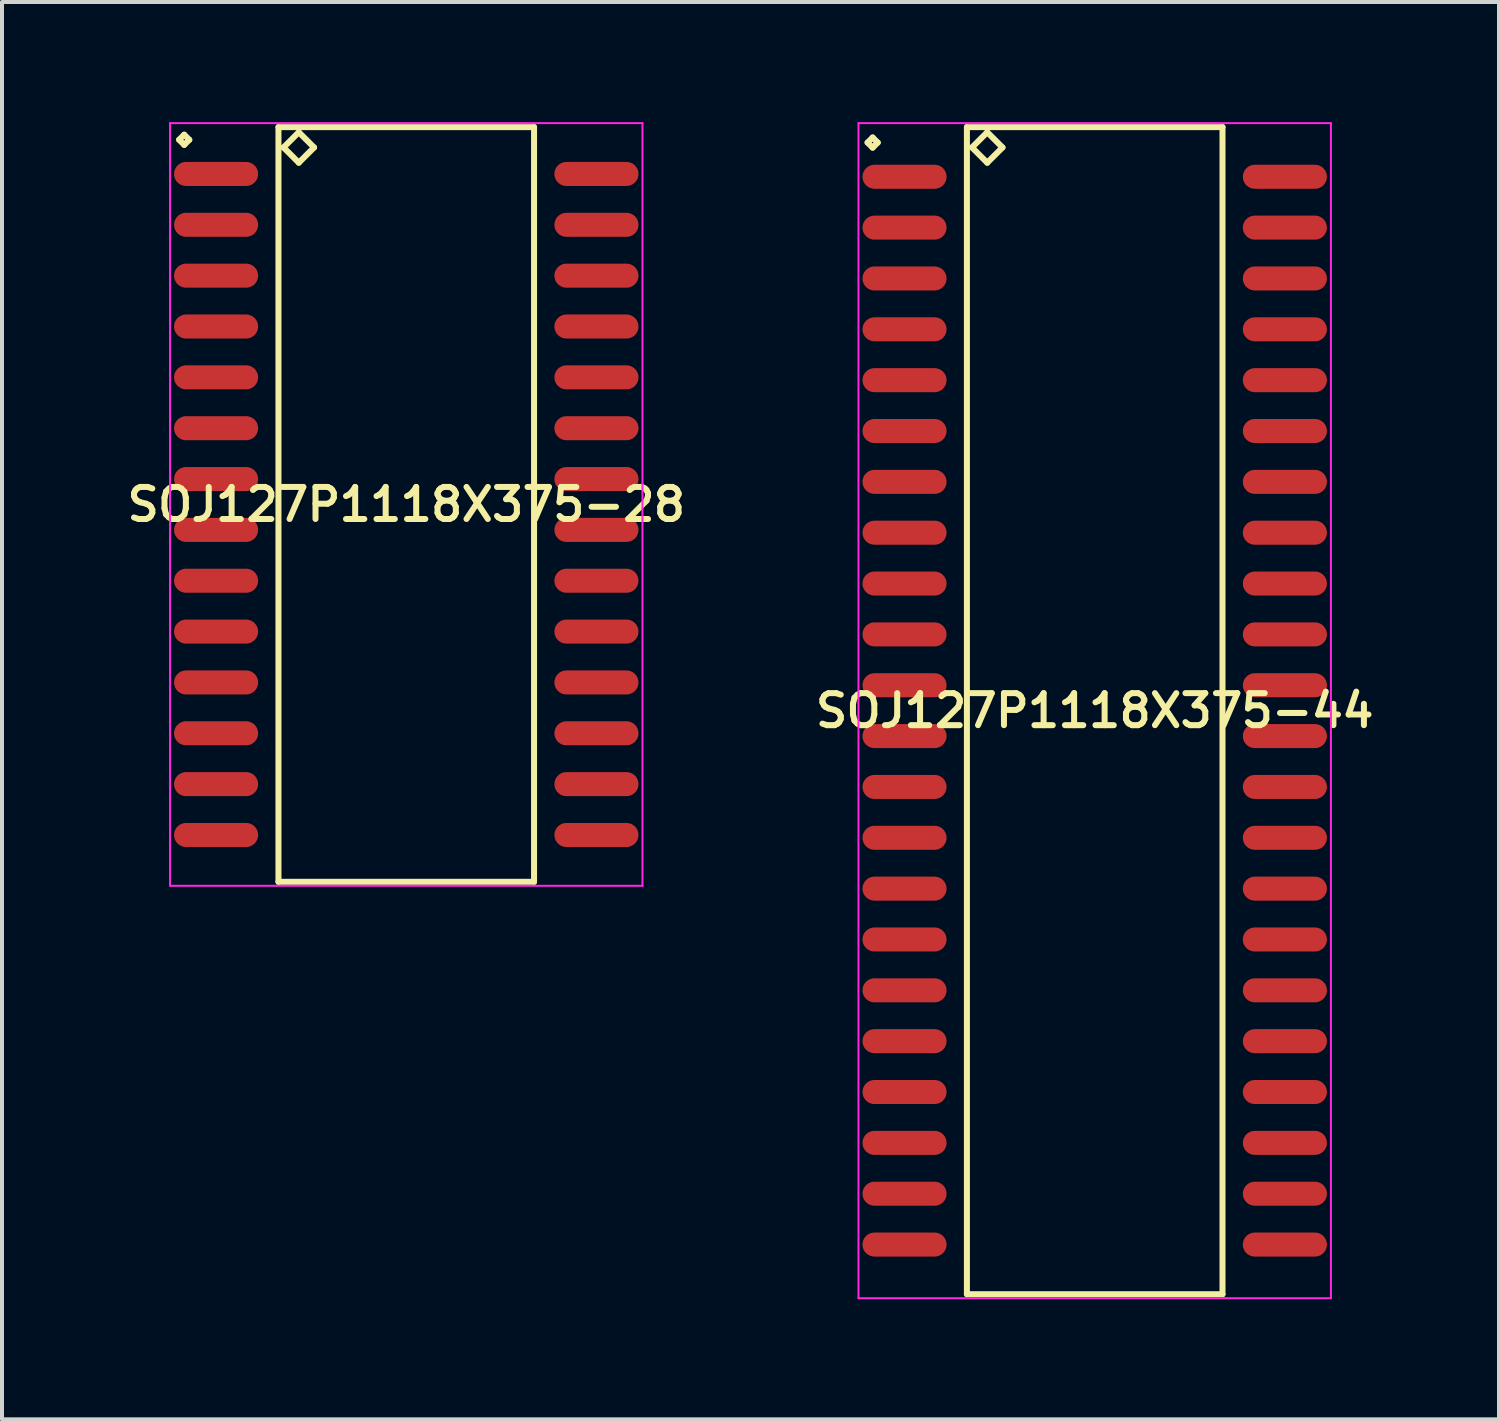
<source format=kicad_pcb>
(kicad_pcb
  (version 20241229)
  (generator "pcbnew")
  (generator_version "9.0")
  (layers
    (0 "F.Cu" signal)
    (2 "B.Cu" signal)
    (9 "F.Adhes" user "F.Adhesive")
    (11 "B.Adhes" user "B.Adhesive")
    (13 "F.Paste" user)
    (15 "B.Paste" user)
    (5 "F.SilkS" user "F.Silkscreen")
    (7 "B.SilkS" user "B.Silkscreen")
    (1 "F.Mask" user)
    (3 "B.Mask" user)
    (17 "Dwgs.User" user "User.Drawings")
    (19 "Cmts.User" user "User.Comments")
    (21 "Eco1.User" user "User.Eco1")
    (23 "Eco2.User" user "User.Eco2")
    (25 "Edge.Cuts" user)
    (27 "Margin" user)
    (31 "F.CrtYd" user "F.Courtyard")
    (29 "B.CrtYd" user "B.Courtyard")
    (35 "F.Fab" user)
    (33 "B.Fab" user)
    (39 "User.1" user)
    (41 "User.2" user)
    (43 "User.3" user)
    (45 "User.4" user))
  (footprint "SOJ127P1118X375-44"
    (layer "F.Cu")
    (at 24.292 14.7)
    (property "Reference" "SOJ127P1118X375-44" (at 0 0 0) (layer "F.SilkS") (effects (font (size 0.8 0.8) (thickness 0.15))))
    (attr smd)
    (fp_line (start -5.673 -14.189) (end -5.546 -14.316) (stroke (width 0.15) (type solid)) (layer "F.SilkS"))
    (fp_line (start -5.546 -14.316) (end -5.419 -14.189) (stroke (width 0.15) (type solid)) (layer "F.SilkS"))
    (fp_line (start -5.546 -14.062) (end -5.673 -14.189) (stroke (width 0.15) (type solid)) (layer "F.SilkS"))
    (fp_line (start -5.419 -14.189) (end -5.546 -14.062) (stroke (width 0.15) (type solid)) (layer "F.SilkS"))
    (fp_line (start -3.192 -14.575) (end -3.192 14.575) (stroke (width 0.15) (type solid)) (layer "F.SilkS"))
    (fp_line (start -3.192 14.575) (end 3.192 14.575) (stroke (width 0.15) (type solid)) (layer "F.SilkS"))
    (fp_line (start -3.065 -14.067) (end -2.684 -14.448) (stroke (width 0.15) (type solid)) (layer "F.SilkS"))
    (fp_line (start -2.684 -14.448) (end -2.303 -14.067) (stroke (width 0.15) (type solid)) (layer "F.SilkS"))
    (fp_line (start -2.684 -13.686) (end -3.065 -14.067) (stroke (width 0.15) (type solid)) (layer "F.SilkS"))
    (fp_line (start -2.303 -14.067) (end -2.684 -13.686) (stroke (width 0.15) (type solid)) (layer "F.SilkS"))
    (fp_line (start 3.192 -14.575) (end -3.192 -14.575) (stroke (width 0.15) (type solid)) (layer "F.SilkS"))
    (fp_line (start 3.192 14.575) (end 3.192 -14.575) (stroke (width 0.15) (type solid)) (layer "F.SilkS"))
    (fp_line (start -5.9 -14.675) (end 5.9 -14.675) (stroke (width 0.05) (type solid)) (layer "F.CrtYd"))
    (fp_line (start -5.9 14.675) (end -5.9 -14.675) (stroke (width 0.05) (type solid)) (layer "F.CrtYd"))
    (fp_line (start 5.9 -14.675) (end 5.9 14.675) (stroke (width 0.05) (type solid)) (layer "F.CrtYd"))
    (fp_line (start 5.9 14.675) (end -5.9 14.675) (stroke (width 0.05) (type solid)) (layer "F.CrtYd"))
    (pad "1" smd oval (at -4.75 -13.335) (size 2.1 0.6) (layers "F.Cu" "F.Mask" "F.Paste"))
    (pad "2" smd oval (at -4.75 -12.065) (size 2.1 0.6) (layers "F.Cu" "F.Mask" "F.Paste"))
    (pad "3" smd oval (at -4.75 -10.795) (size 2.1 0.6) (layers "F.Cu" "F.Mask" "F.Paste"))
    (pad "4" smd oval (at -4.75 -9.525) (size 2.1 0.6) (layers "F.Cu" "F.Mask" "F.Paste"))
    (pad "5" smd oval (at -4.75 -8.255) (size 2.1 0.6) (layers "F.Cu" "F.Mask" "F.Paste"))
    (pad "6" smd oval (at -4.75 -6.985) (size 2.1 0.6) (layers "F.Cu" "F.Mask" "F.Paste"))
    (pad "7" smd oval (at -4.75 -5.715) (size 2.1 0.6) (layers "F.Cu" "F.Mask" "F.Paste"))
    (pad "8" smd oval (at -4.75 -4.445) (size 2.1 0.6) (layers "F.Cu" "F.Mask" "F.Paste"))
    (pad "9" smd oval (at -4.75 -3.175) (size 2.1 0.6) (layers "F.Cu" "F.Mask" "F.Paste"))
    (pad "10" smd oval (at -4.75 -1.905) (size 2.1 0.6) (layers "F.Cu" "F.Mask" "F.Paste"))
    (pad "11" smd oval (at -4.75 -0.635) (size 2.1 0.6) (layers "F.Cu" "F.Mask" "F.Paste"))
    (pad "12" smd oval (at -4.75 0.635) (size 2.1 0.6) (layers "F.Cu" "F.Mask" "F.Paste"))
    (pad "13" smd oval (at -4.75 1.905) (size 2.1 0.6) (layers "F.Cu" "F.Mask" "F.Paste"))
    (pad "14" smd oval (at -4.75 3.175) (size 2.1 0.6) (layers "F.Cu" "F.Mask" "F.Paste"))
    (pad "15" smd oval (at -4.75 4.445) (size 2.1 0.6) (layers "F.Cu" "F.Mask" "F.Paste"))
    (pad "16" smd oval (at -4.75 5.715) (size 2.1 0.6) (layers "F.Cu" "F.Mask" "F.Paste"))
    (pad "17" smd oval (at -4.75 6.985) (size 2.1 0.6) (layers "F.Cu" "F.Mask" "F.Paste"))
    (pad "18" smd oval (at -4.75 8.255) (size 2.1 0.6) (layers "F.Cu" "F.Mask" "F.Paste"))
    (pad "19" smd oval (at -4.75 9.525) (size 2.1 0.6) (layers "F.Cu" "F.Mask" "F.Paste"))
    (pad "20" smd oval (at -4.75 10.795) (size 2.1 0.6) (layers "F.Cu" "F.Mask" "F.Paste"))
    (pad "21" smd oval (at -4.75 12.065) (size 2.1 0.6) (layers "F.Cu" "F.Mask" "F.Paste"))
    (pad "22" smd oval (at -4.75 13.335) (size 2.1 0.6) (layers "F.Cu" "F.Mask" "F.Paste"))
    (pad "23" smd oval (at 4.75 13.335) (size 2.1 0.6) (layers "F.Cu" "F.Mask" "F.Paste"))
    (pad "24" smd oval (at 4.75 12.065) (size 2.1 0.6) (layers "F.Cu" "F.Mask" "F.Paste"))
    (pad "25" smd oval (at 4.75 10.795) (size 2.1 0.6) (layers "F.Cu" "F.Mask" "F.Paste"))
    (pad "26" smd oval (at 4.75 9.525) (size 2.1 0.6) (layers "F.Cu" "F.Mask" "F.Paste"))
    (pad "27" smd oval (at 4.75 8.255) (size 2.1 0.6) (layers "F.Cu" "F.Mask" "F.Paste"))
    (pad "28" smd oval (at 4.75 6.985) (size 2.1 0.6) (layers "F.Cu" "F.Mask" "F.Paste"))
    (pad "29" smd oval (at 4.75 5.715) (size 2.1 0.6) (layers "F.Cu" "F.Mask" "F.Paste"))
    (pad "30" smd oval (at 4.75 4.445) (size 2.1 0.6) (layers "F.Cu" "F.Mask" "F.Paste"))
    (pad "31" smd oval (at 4.75 3.175) (size 2.1 0.6) (layers "F.Cu" "F.Mask" "F.Paste"))
    (pad "32" smd oval (at 4.75 1.905) (size 2.1 0.6) (layers "F.Cu" "F.Mask" "F.Paste"))
    (pad "33" smd oval (at 4.75 0.635) (size 2.1 0.6) (layers "F.Cu" "F.Mask" "F.Paste"))
    (pad "34" smd oval (at 4.75 -0.635) (size 2.1 0.6) (layers "F.Cu" "F.Mask" "F.Paste"))
    (pad "35" smd oval (at 4.75 -1.905) (size 2.1 0.6) (layers "F.Cu" "F.Mask" "F.Paste"))
    (pad "36" smd oval (at 4.75 -3.175) (size 2.1 0.6) (layers "F.Cu" "F.Mask" "F.Paste"))
    (pad "37" smd oval (at 4.75 -4.445) (size 2.1 0.6) (layers "F.Cu" "F.Mask" "F.Paste"))
    (pad "38" smd oval (at 4.75 -5.715) (size 2.1 0.6) (layers "F.Cu" "F.Mask" "F.Paste"))
    (pad "39" smd oval (at 4.75 -6.985) (size 2.1 0.6) (layers "F.Cu" "F.Mask" "F.Paste"))
    (pad "40" smd oval (at 4.75 -8.255) (size 2.1 0.6) (layers "F.Cu" "F.Mask" "F.Paste"))
    (pad "41" smd oval (at 4.75 -9.525) (size 2.1 0.6) (layers "F.Cu" "F.Mask" "F.Paste"))
    (pad "42" smd oval (at 4.75 -10.795) (size 2.1 0.6) (layers "F.Cu" "F.Mask" "F.Paste"))
    (pad "43" smd oval (at 4.75 -12.065) (size 2.1 0.6) (layers "F.Cu" "F.Mask" "F.Paste"))
    (pad "44" smd oval (at 4.75 -13.335) (size 2.1 0.6) (layers "F.Cu" "F.Mask" "F.Paste")))
  (footprint "SOJ127P1118X375-28"
    (layer "F.Cu")
    (at 7.097 9.55)
    (property "Reference" "SOJ127P1118X375-28" (at 0 0 0) (layer "F.SilkS") (effects (font (size 0.8 0.8) (thickness 0.15))))
    (attr smd)
    (fp_line (start -5.673 -9.109) (end -5.546 -9.236) (stroke (width 0.15) (type solid)) (layer "F.SilkS"))
    (fp_line (start -5.546 -9.236) (end -5.419 -9.109) (stroke (width 0.15) (type solid)) (layer "F.SilkS"))
    (fp_line (start -5.546 -8.982) (end -5.673 -9.109) (stroke (width 0.15) (type solid)) (layer "F.SilkS"))
    (fp_line (start -5.419 -9.109) (end -5.546 -8.982) (stroke (width 0.15) (type solid)) (layer "F.SilkS"))
    (fp_line (start -3.192 -9.425) (end -3.192 9.425) (stroke (width 0.15) (type solid)) (layer "F.SilkS"))
    (fp_line (start -3.192 9.425) (end 3.192 9.425) (stroke (width 0.15) (type solid)) (layer "F.SilkS"))
    (fp_line (start -3.065 -8.917) (end -2.684 -9.298) (stroke (width 0.15) (type solid)) (layer "F.SilkS"))
    (fp_line (start -2.684 -9.298) (end -2.303 -8.917) (stroke (width 0.15) (type solid)) (layer "F.SilkS"))
    (fp_line (start -2.684 -8.536) (end -3.065 -8.917) (stroke (width 0.15) (type solid)) (layer "F.SilkS"))
    (fp_line (start -2.303 -8.917) (end -2.684 -8.536) (stroke (width 0.15) (type solid)) (layer "F.SilkS"))
    (fp_line (start 3.192 -9.425) (end -3.192 -9.425) (stroke (width 0.15) (type solid)) (layer "F.SilkS"))
    (fp_line (start 3.192 9.425) (end 3.192 -9.425) (stroke (width 0.15) (type solid)) (layer "F.SilkS"))
    (fp_line (start -5.9 -9.525) (end 5.9 -9.525) (stroke (width 0.05) (type solid)) (layer "F.CrtYd"))
    (fp_line (start -5.9 9.525) (end -5.9 -9.525) (stroke (width 0.05) (type solid)) (layer "F.CrtYd"))
    (fp_line (start 5.9 -9.525) (end 5.9 9.525) (stroke (width 0.05) (type solid)) (layer "F.CrtYd"))
    (fp_line (start 5.9 9.525) (end -5.9 9.525) (stroke (width 0.05) (type solid)) (layer "F.CrtYd"))
    (pad "1" smd oval (at -4.75 -8.255) (size 2.1 0.6) (layers "F.Cu" "F.Mask" "F.Paste"))
    (pad "2" smd oval (at -4.75 -6.985) (size 2.1 0.6) (layers "F.Cu" "F.Mask" "F.Paste"))
    (pad "3" smd oval (at -4.75 -5.715) (size 2.1 0.6) (layers "F.Cu" "F.Mask" "F.Paste"))
    (pad "4" smd oval (at -4.75 -4.445) (size 2.1 0.6) (layers "F.Cu" "F.Mask" "F.Paste"))
    (pad "5" smd oval (at -4.75 -3.175) (size 2.1 0.6) (layers "F.Cu" "F.Mask" "F.Paste"))
    (pad "6" smd oval (at -4.75 -1.905) (size 2.1 0.6) (layers "F.Cu" "F.Mask" "F.Paste"))
    (pad "7" smd oval (at -4.75 -0.635) (size 2.1 0.6) (layers "F.Cu" "F.Mask" "F.Paste"))
    (pad "8" smd oval (at -4.75 0.635) (size 2.1 0.6) (layers "F.Cu" "F.Mask" "F.Paste"))
    (pad "9" smd oval (at -4.75 1.905) (size 2.1 0.6) (layers "F.Cu" "F.Mask" "F.Paste"))
    (pad "10" smd oval (at -4.75 3.175) (size 2.1 0.6) (layers "F.Cu" "F.Mask" "F.Paste"))
    (pad "11" smd oval (at -4.75 4.445) (size 2.1 0.6) (layers "F.Cu" "F.Mask" "F.Paste"))
    (pad "12" smd oval (at -4.75 5.715) (size 2.1 0.6) (layers "F.Cu" "F.Mask" "F.Paste"))
    (pad "13" smd oval (at -4.75 6.985) (size 2.1 0.6) (layers "F.Cu" "F.Mask" "F.Paste"))
    (pad "14" smd oval (at -4.75 8.255) (size 2.1 0.6) (layers "F.Cu" "F.Mask" "F.Paste"))
    (pad "15" smd oval (at 4.75 8.255) (size 2.1 0.6) (layers "F.Cu" "F.Mask" "F.Paste"))
    (pad "16" smd oval (at 4.75 6.985) (size 2.1 0.6) (layers "F.Cu" "F.Mask" "F.Paste"))
    (pad "17" smd oval (at 4.75 5.715) (size 2.1 0.6) (layers "F.Cu" "F.Mask" "F.Paste"))
    (pad "18" smd oval (at 4.75 4.445) (size 2.1 0.6) (layers "F.Cu" "F.Mask" "F.Paste"))
    (pad "19" smd oval (at 4.75 3.175) (size 2.1 0.6) (layers "F.Cu" "F.Mask" "F.Paste"))
    (pad "20" smd oval (at 4.75 1.905) (size 2.1 0.6) (layers "F.Cu" "F.Mask" "F.Paste"))
    (pad "21" smd oval (at 4.75 0.635) (size 2.1 0.6) (layers "F.Cu" "F.Mask" "F.Paste"))
    (pad "22" smd oval (at 4.75 -0.635) (size 2.1 0.6) (layers "F.Cu" "F.Mask" "F.Paste"))
    (pad "23" smd oval (at 4.75 -1.905) (size 2.1 0.6) (layers "F.Cu" "F.Mask" "F.Paste"))
    (pad "24" smd oval (at 4.75 -3.175) (size 2.1 0.6) (layers "F.Cu" "F.Mask" "F.Paste"))
    (pad "25" smd oval (at 4.75 -4.445) (size 2.1 0.6) (layers "F.Cu" "F.Mask" "F.Paste"))
    (pad "26" smd oval (at 4.75 -5.715) (size 2.1 0.6) (layers "F.Cu" "F.Mask" "F.Paste"))
    (pad "27" smd oval (at 4.75 -6.985) (size 2.1 0.6) (layers "F.Cu" "F.Mask" "F.Paste"))
    (pad "28" smd oval (at 4.75 -8.255) (size 2.1 0.6) (layers "F.Cu" "F.Mask" "F.Paste")))
  (gr_rect
    (start -3 -3)
    (end 34.39 32.4)
    (stroke (width 0.1) (type default))
    (fill no)
    (layer "Edge.Cuts")))
</source>
